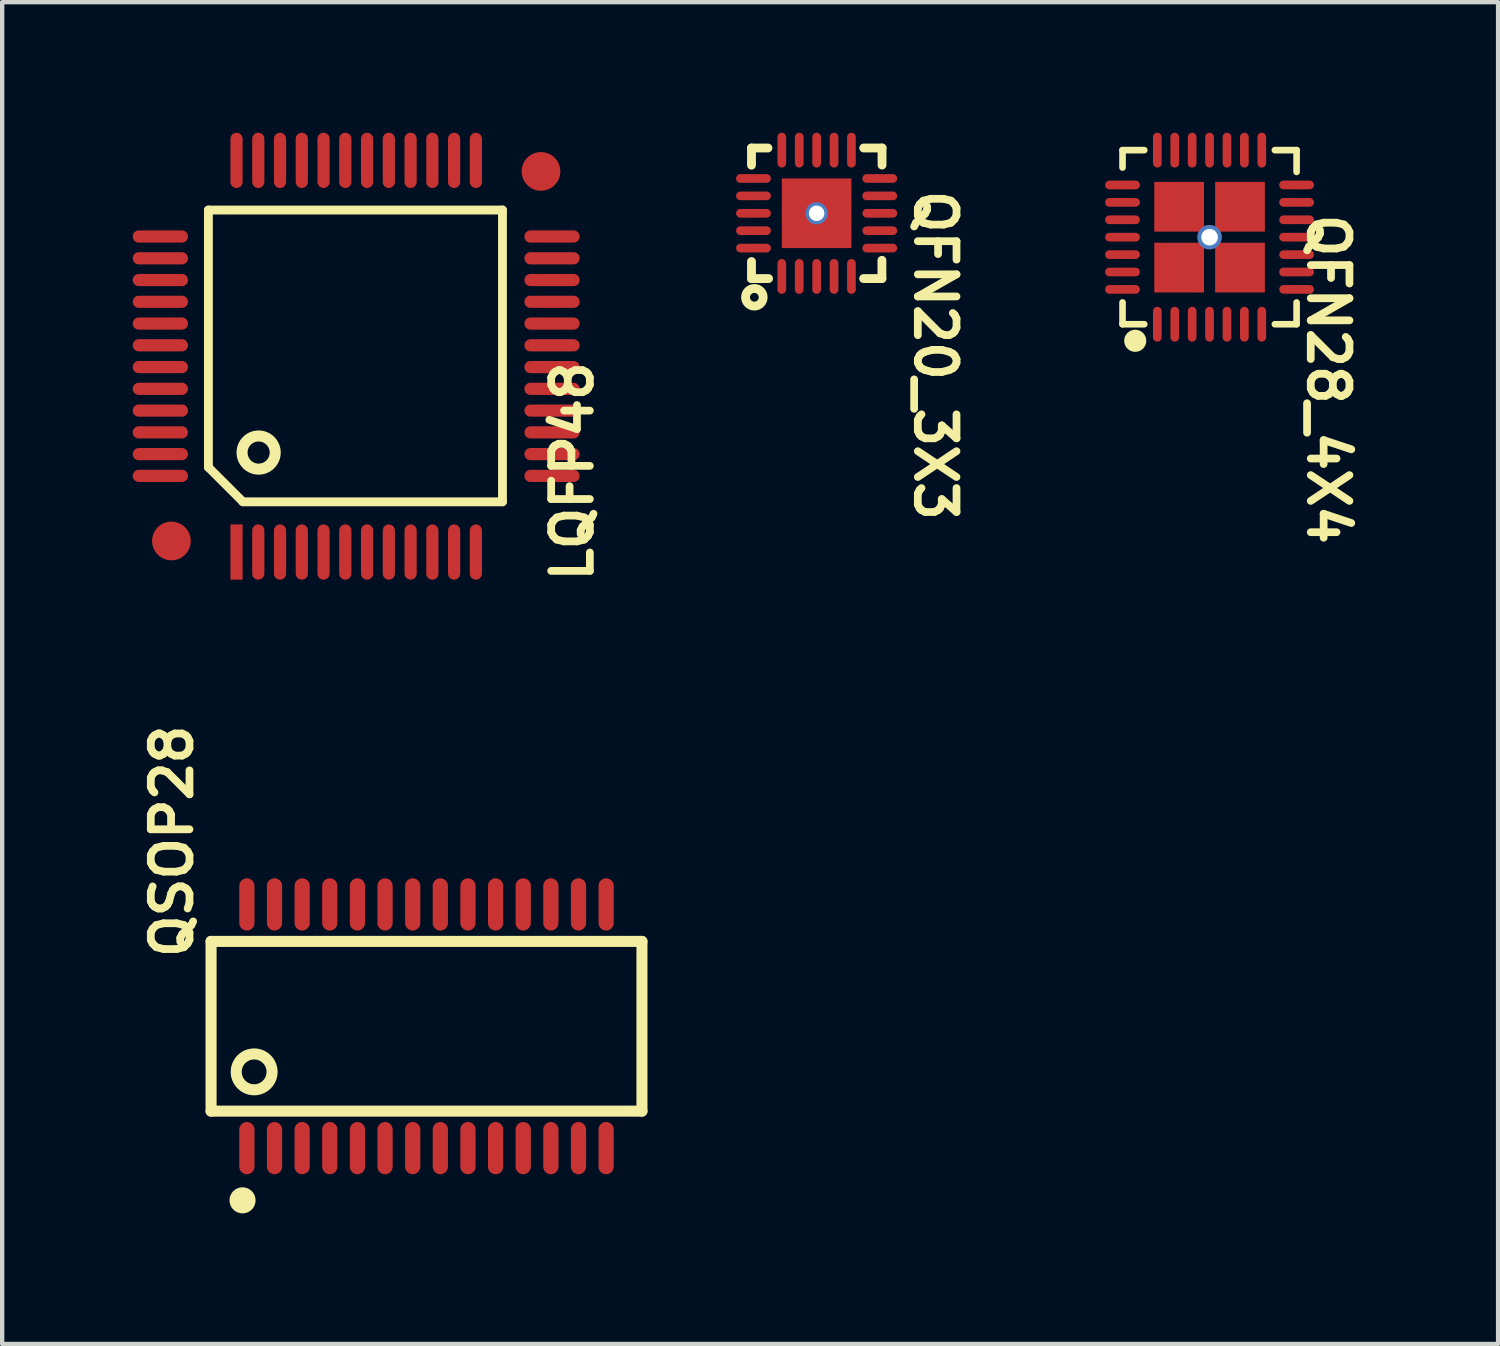
<source format=kicad_pcb>
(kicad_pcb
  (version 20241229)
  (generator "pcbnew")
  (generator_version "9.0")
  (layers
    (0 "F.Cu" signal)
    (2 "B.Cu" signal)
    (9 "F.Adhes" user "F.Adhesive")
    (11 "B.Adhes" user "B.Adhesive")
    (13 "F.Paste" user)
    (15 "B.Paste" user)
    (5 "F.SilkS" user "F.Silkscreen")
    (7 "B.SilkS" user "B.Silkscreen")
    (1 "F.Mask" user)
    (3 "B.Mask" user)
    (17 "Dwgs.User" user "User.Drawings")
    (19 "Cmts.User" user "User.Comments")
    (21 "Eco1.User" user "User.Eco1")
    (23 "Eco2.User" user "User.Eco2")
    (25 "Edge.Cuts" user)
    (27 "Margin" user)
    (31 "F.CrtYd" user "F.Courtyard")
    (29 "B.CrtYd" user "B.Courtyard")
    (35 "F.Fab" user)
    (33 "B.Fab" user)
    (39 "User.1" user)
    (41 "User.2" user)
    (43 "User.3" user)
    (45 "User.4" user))
  (footprint "QFN28_4X4"
    (layer "F.Cu")
    (at 24.744 2.4)
    (property "Reference" "QFN28_4X4" (at 2.207 -0.619 270) (unlocked yes) (layer "F.SilkS") (effects (font (size 0.889 0.889) (thickness 0.178)) (justify left bottom)))
    (fp_line (start -2 -2) (end -2 -1.6) (stroke (width 0.152) (type solid)) (layer "F.SilkS"))
    (fp_line (start -2 -2) (end -1.5 -2) (stroke (width 0.152) (type solid)) (layer "F.SilkS"))
    (fp_line (start -2 1.5) (end -2 2) (stroke (width 0.152) (type solid)) (layer "F.SilkS"))
    (fp_line (start -2 2) (end -1.5 2) (stroke (width 0.152) (type solid)) (layer "F.SilkS"))
    (fp_line (start 1.5 -2) (end 2 -2) (stroke (width 0.152) (type solid)) (layer "F.SilkS"))
    (fp_line (start 1.5 2) (end 2 2) (stroke (width 0.152) (type solid)) (layer "F.SilkS"))
    (fp_line (start 2 -2) (end 2 -1.5) (stroke (width 0.152) (type solid)) (layer "F.SilkS"))
    (fp_line (start 2 1.5) (end 2 2) (stroke (width 0.152) (type solid)) (layer "F.SilkS"))
    (fp_circle (center -1.708 2.381) (end -1.581 2.381) (stroke (width 0.254) (type solid)) (fill no) (layer "F.SilkS"))
    (pad "0" smd rect (at -0.699 -0.699 270) (size 1.143 1.143) (layers "F.Cu" "F.Mask" "F.Paste"))
    (pad "0" smd rect (at -0.699 0.699 270) (size 1.143 1.143) (layers "F.Cu" "F.Mask" "F.Paste"))
    (pad "0" thru_hole circle (at 0 0 270) (size 0.559 0.559) (drill 0.381) (layers "*.Cu" "*.Mask"))
    (pad "0" smd rect (at 0.699 -0.699 270) (size 1.143 1.143) (layers "F.Cu" "F.Mask" "F.Paste"))
    (pad "0" smd rect (at 0.699 0.699 270) (size 1.143 1.143) (layers "F.Cu" "F.Mask" "F.Paste"))
    (pad "1" smd oval (at -1.2 2 180) (size 0.2 0.8) (layers "F.Cu" "F.Mask" "F.Paste"))
    (pad "2" smd oval (at -0.8 2 180) (size 0.2 0.8) (layers "F.Cu" "F.Mask" "F.Paste"))
    (pad "3" smd oval (at -0.4 2 180) (size 0.2 0.8) (layers "F.Cu" "F.Mask" "F.Paste"))
    (pad "4" smd oval (at 0 2 180) (size 0.2 0.8) (layers "F.Cu" "F.Mask" "F.Paste"))
    (pad "5" smd oval (at 0.4 2 180) (size 0.2 0.8) (layers "F.Cu" "F.Mask" "F.Paste"))
    (pad "6" smd oval (at 0.8 2 180) (size 0.2 0.8) (layers "F.Cu" "F.Mask" "F.Paste"))
    (pad "7" smd oval (at 1.2 2 180) (size 0.2 0.8) (layers "F.Cu" "F.Mask" "F.Paste"))
    (pad "8" smd oval (at 2 1.2 270) (size 0.2 0.8) (layers "F.Cu" "F.Mask" "F.Paste"))
    (pad "9" smd oval (at 2 0.8 270) (size 0.2 0.8) (layers "F.Cu" "F.Mask" "F.Paste"))
    (pad "10" smd oval (at 2 0.4 270) (size 0.2 0.8) (layers "F.Cu" "F.Mask" "F.Paste"))
    (pad "11" smd oval (at 2 -0.00001 270) (size 0.2 0.8) (layers "F.Cu" "F.Mask" "F.Paste"))
    (pad "12" smd oval (at 2 -0.4 270) (size 0.2 0.8) (layers "F.Cu" "F.Mask" "F.Paste"))
    (pad "13" smd oval (at 2 -0.8 270) (size 0.2 0.8) (layers "F.Cu" "F.Mask" "F.Paste"))
    (pad "14" smd oval (at 2 -1.2 270) (size 0.2 0.8) (layers "F.Cu" "F.Mask" "F.Paste"))
    (pad "15" smd oval (at 1.2 -2 180) (size 0.2 0.8) (layers "F.Cu" "F.Mask" "F.Paste"))
    (pad "16" smd oval (at 0.8 -2 180) (size 0.2 0.8) (layers "F.Cu" "F.Mask" "F.Paste"))
    (pad "17" smd oval (at 0.4 -2 180) (size 0.2 0.8) (layers "F.Cu" "F.Mask" "F.Paste"))
    (pad "18" smd oval (at 0 -2 180) (size 0.2 0.8) (layers "F.Cu" "F.Mask" "F.Paste"))
    (pad "19" smd oval (at -0.4 -2 180) (size 0.2 0.8) (layers "F.Cu" "F.Mask" "F.Paste"))
    (pad "20" smd oval (at -0.8 -2 180) (size 0.2 0.8) (layers "F.Cu" "F.Mask" "F.Paste"))
    (pad "21" smd oval (at -1.2 -2 180) (size 0.2 0.8) (layers "F.Cu" "F.Mask" "F.Paste"))
    (pad "22" smd oval (at -2 -1.2 270) (size 0.2 0.8) (layers "F.Cu" "F.Mask" "F.Paste"))
    (pad "23" smd oval (at -2 -0.8 270) (size 0.2 0.8) (layers "F.Cu" "F.Mask" "F.Paste"))
    (pad "24" smd oval (at -2 -0.4 270) (size 0.2 0.8) (layers "F.Cu" "F.Mask" "F.Paste"))
    (pad "25" smd oval (at -2 -0.00001 270) (size 0.2 0.8) (layers "F.Cu" "F.Mask" "F.Paste"))
    (pad "26" smd oval (at -2 0.4 270) (size 0.2 0.8) (layers "F.Cu" "F.Mask" "F.Paste"))
    (pad "27" smd oval (at -2 0.8 270) (size 0.2 0.8) (layers "F.Cu" "F.Mask" "F.Paste"))
    (pad "28" smd oval (at -2 1.2 270) (size 0.2 0.8) (layers "F.Cu" "F.Mask" "F.Paste")))
  (footprint "QFN20_3X3"
    (layer "F.Cu")
    (at 15.715 1.851)
    (property "Reference" "QFN20_3X3" (at 2.207 -0.619 270) (unlocked yes) (layer "F.SilkS") (effects (font (size 0.889 0.889) (thickness 0.178)) (justify left bottom)))
    (fp_line (start -1.497 -1.5) (end -1.497 -1.105) (stroke (width 0.203) (type solid)) (layer "F.SilkS"))
    (fp_line (start -1.497 -1.5) (end -1.118 -1.5) (stroke (width 0.203) (type solid)) (layer "F.SilkS"))
    (fp_line (start -1.497 1.108) (end -1.497 1.5) (stroke (width 0.203) (type solid)) (layer "F.SilkS"))
    (fp_line (start -1.497 1.5) (end -1.105 1.5) (stroke (width 0.203) (type solid)) (layer "F.SilkS"))
    (fp_line (start 1.079 1.5) (end 1.5 1.5) (stroke (width 0.203) (type solid)) (layer "F.SilkS"))
    (fp_line (start 1.082 -1.5) (end 1.503 -1.5) (stroke (width 0.203) (type solid)) (layer "F.SilkS"))
    (fp_line (start 1.5 1.08) (end 1.5 1.5) (stroke (width 0.203) (type solid)) (layer "F.SilkS"))
    (fp_line (start 1.503 -1.5) (end 1.503 -1.108) (stroke (width 0.203) (type solid)) (layer "F.SilkS"))
    (fp_circle (center -1.431 1.93) (end -1.33 1.93) (stroke (width 0.203) (type solid)) (fill no) (layer "F.SilkS"))
    (pad "0" thru_hole circle (at 0 0) (size 0.508 0.508) (drill 0.356) (layers "*.Cu" "*.Mask"))
    (pad "0" smd rect (at 0 0 270) (size 1.6 1.6) (layers "F.Cu" "F.Mask" "F.Paste"))
    (pad "1" smd oval (at -0.8 1.451) (size 0.2 0.8) (layers "F.Cu" "F.Mask" "F.Paste"))
    (pad "2" smd oval (at -0.4 1.451) (size 0.2 0.8) (layers "F.Cu" "F.Mask" "F.Paste"))
    (pad "3" smd oval (at 0 1.451) (size 0.2 0.8) (layers "F.Cu" "F.Mask" "F.Paste"))
    (pad "4" smd oval (at 0.4 1.451) (size 0.2 0.8) (layers "F.Cu" "F.Mask" "F.Paste"))
    (pad "5" smd oval (at 0.8 1.451) (size 0.2 0.8) (layers "F.Cu" "F.Mask" "F.Paste"))
    (pad "6" smd oval (at 1.451 0.8 90) (size 0.2 0.8) (layers "F.Cu" "F.Mask" "F.Paste"))
    (pad "7" smd oval (at 1.451 0.4 90) (size 0.2 0.8) (layers "F.Cu" "F.Mask" "F.Paste"))
    (pad "8" smd oval (at 1.451 0 90) (size 0.2 0.8) (layers "F.Cu" "F.Mask" "F.Paste"))
    (pad "9" smd oval (at 1.451 -0.4 90) (size 0.2 0.8) (layers "F.Cu" "F.Mask" "F.Paste"))
    (pad "10" smd oval (at 1.451 -0.8 90) (size 0.2 0.8) (layers "F.Cu" "F.Mask" "F.Paste"))
    (pad "11" smd oval (at 0.8 -1.451 180) (size 0.2 0.8) (layers "F.Cu" "F.Mask" "F.Paste"))
    (pad "12" smd oval (at 0.4 -1.451 180) (size 0.2 0.8) (layers "F.Cu" "F.Mask" "F.Paste"))
    (pad "13" smd oval (at 0.0002 -1.451 180) (size 0.2 0.8) (layers "F.Cu" "F.Mask" "F.Paste"))
    (pad "14" smd oval (at -0.4 -1.451 180) (size 0.2 0.8) (layers "F.Cu" "F.Mask" "F.Paste"))
    (pad "15" smd oval (at -0.8 -1.451 180) (size 0.2 0.8) (layers "F.Cu" "F.Mask" "F.Paste"))
    (pad "16" smd oval (at -1.451 -0.8 270) (size 0.2 0.8) (layers "F.Cu" "F.Mask" "F.Paste"))
    (pad "17" smd oval (at -1.451 -0.4 270) (size 0.2 0.8) (layers "F.Cu" "F.Mask" "F.Paste"))
    (pad "18" smd oval (at -1.451 0 270) (size 0.2 0.8) (layers "F.Cu" "F.Mask" "F.Paste"))
    (pad "19" smd oval (at -1.451 0.4 270) (size 0.2 0.8) (layers "F.Cu" "F.Mask" "F.Paste"))
    (pad "20" smd oval (at -1.451 0.8 270) (size 0.2 0.8) (layers "F.Cu" "F.Mask" "F.Paste")))
  (footprint "LQFP48"
    (layer "F.Cu")
    (at 2.385 9.635)
    (property "Reference" "LQFP48" (at 8.237 0.762 90) (unlocked yes) (layer "F.SilkS") (effects (font (size 0.889 0.889) (thickness 0.178)) (justify left bottom)))
    (fp_line (start -0.646 -1.947) (end -0.646 -7.859) (stroke (width 0.203) (type solid)) (layer "F.SilkS"))
    (fp_line (start 0.148 -1.154) (end -0.646 -1.947) (stroke (width 0.2) (type solid)) (layer "F.SilkS"))
    (fp_line (start 6.111 -7.859) (end -0.646 -7.859) (stroke (width 0.203) (type solid)) (layer "F.SilkS"))
    (fp_line (start 6.111 -1.154) (end 0.148 -1.154) (stroke (width 0.203) (type solid)) (layer "F.SilkS"))
    (fp_line (start 6.111 -1.154) (end 6.111 -7.859) (stroke (width 0.203) (type solid)) (layer "F.SilkS"))
    (fp_circle (center 0.508 -2.286) (end 0.127 -2.286) (stroke (width 0.254) (type solid)) (fill no) (layer "F.SilkS"))
    (pad "0" smd circle (at -1.496 -0.254) (size 0.889 0.889) (layers "F.Cu" "F.Mask" "F.Paste"))
    (pad "0" smd circle (at 6.996 -8.746) (size 0.889 0.889) (layers "F.Cu" "F.Mask" "F.Paste"))
    (pad "1" smd rect (at 0 0) (size 0.28 1.27) (layers "F.Cu" "F.Mask" "F.Paste"))
    (pad "2" smd oval (at 0.5 0) (size 0.28 1.27) (layers "F.Cu" "F.Mask" "F.Paste"))
    (pad "3" smd oval (at 1 0) (size 0.28 1.27) (layers "F.Cu" "F.Mask" "F.Paste"))
    (pad "4" smd oval (at 1.5 0) (size 0.28 1.27) (layers "F.Cu" "F.Mask" "F.Paste"))
    (pad "5" smd oval (at 2 0) (size 0.28 1.27) (layers "F.Cu" "F.Mask" "F.Paste"))
    (pad "6" smd oval (at 2.5 0) (size 0.28 1.27) (layers "F.Cu" "F.Mask" "F.Paste"))
    (pad "7" smd oval (at 3 0) (size 0.28 1.27) (layers "F.Cu" "F.Mask" "F.Paste"))
    (pad "8" smd oval (at 3.5 0) (size 0.28 1.27) (layers "F.Cu" "F.Mask" "F.Paste"))
    (pad "9" smd oval (at 4 0) (size 0.28 1.27) (layers "F.Cu" "F.Mask" "F.Paste"))
    (pad "10" smd oval (at 4.5 0) (size 0.28 1.27) (layers "F.Cu" "F.Mask" "F.Paste"))
    (pad "11" smd oval (at 5 0) (size 0.28 1.27) (layers "F.Cu" "F.Mask" "F.Paste"))
    (pad "12" smd oval (at 5.5 0) (size 0.28 1.27) (layers "F.Cu" "F.Mask" "F.Paste"))
    (pad "13" smd oval (at 7.25 -1.75 90) (size 0.28 1.27) (layers "F.Cu" "F.Mask" "F.Paste"))
    (pad "14" smd oval (at 7.25 -2.25 90) (size 0.28 1.27) (layers "F.Cu" "F.Mask" "F.Paste"))
    (pad "15" smd oval (at 7.25 -2.75 90) (size 0.28 1.27) (layers "F.Cu" "F.Mask" "F.Paste"))
    (pad "16" smd oval (at 7.25 -3.25 90) (size 0.28 1.27) (layers "F.Cu" "F.Mask" "F.Paste"))
    (pad "17" smd oval (at 7.25 -3.75 90) (size 0.28 1.27) (layers "F.Cu" "F.Mask" "F.Paste"))
    (pad "18" smd oval (at 7.25 -4.25 90) (size 0.28 1.27) (layers "F.Cu" "F.Mask" "F.Paste"))
    (pad "19" smd oval (at 7.25 -4.75 90) (size 0.28 1.27) (layers "F.Cu" "F.Mask" "F.Paste"))
    (pad "20" smd oval (at 7.25 -5.25 90) (size 0.28 1.27) (layers "F.Cu" "F.Mask" "F.Paste"))
    (pad "21" smd oval (at 7.25 -5.75 90) (size 0.28 1.27) (layers "F.Cu" "F.Mask" "F.Paste"))
    (pad "22" smd oval (at 7.25 -6.25 90) (size 0.28 1.27) (layers "F.Cu" "F.Mask" "F.Paste"))
    (pad "23" smd oval (at 7.25 -6.75 90) (size 0.28 1.27) (layers "F.Cu" "F.Mask" "F.Paste"))
    (pad "24" smd oval (at 7.25 -7.25 90) (size 0.28 1.27) (layers "F.Cu" "F.Mask" "F.Paste"))
    (pad "25" smd oval (at 5.5 -9) (size 0.28 1.27) (layers "F.Cu" "F.Mask" "F.Paste"))
    (pad "26" smd oval (at 5 -9) (size 0.28 1.27) (layers "F.Cu" "F.Mask" "F.Paste"))
    (pad "27" smd oval (at 4.5 -9) (size 0.28 1.27) (layers "F.Cu" "F.Mask" "F.Paste"))
    (pad "28" smd oval (at 4 -9) (size 0.28 1.27) (layers "F.Cu" "F.Mask" "F.Paste"))
    (pad "29" smd oval (at 3.5 -9) (size 0.28 1.27) (layers "F.Cu" "F.Mask" "F.Paste"))
    (pad "30" smd oval (at 3 -9) (size 0.28 1.27) (layers "F.Cu" "F.Mask" "F.Paste"))
    (pad "31" smd oval (at 2.5 -9) (size 0.28 1.27) (layers "F.Cu" "F.Mask" "F.Paste"))
    (pad "32" smd oval (at 2 -9) (size 0.28 1.27) (layers "F.Cu" "F.Mask" "F.Paste"))
    (pad "33" smd oval (at 1.5 -9) (size 0.28 1.27) (layers "F.Cu" "F.Mask" "F.Paste"))
    (pad "34" smd oval (at 1 -9) (size 0.28 1.27) (layers "F.Cu" "F.Mask" "F.Paste"))
    (pad "35" smd oval (at 0.5 -9) (size 0.28 1.27) (layers "F.Cu" "F.Mask" "F.Paste"))
    (pad "36" smd oval (at 0 -9) (size 0.28 1.27) (layers "F.Cu" "F.Mask" "F.Paste"))
    (pad "37" smd oval (at -1.75 -7.25 90) (size 0.28 1.27) (layers "F.Cu" "F.Mask" "F.Paste"))
    (pad "38" smd oval (at -1.75 -6.75 90) (size 0.28 1.27) (layers "F.Cu" "F.Mask" "F.Paste"))
    (pad "39" smd oval (at -1.75 -6.25 90) (size 0.28 1.27) (layers "F.Cu" "F.Mask" "F.Paste"))
    (pad "40" smd oval (at -1.75 -5.75 90) (size 0.28 1.27) (layers "F.Cu" "F.Mask" "F.Paste"))
    (pad "41" smd oval (at -1.75 -5.25 90) (size 0.28 1.27) (layers "F.Cu" "F.Mask" "F.Paste"))
    (pad "42" smd oval (at -1.75 -4.75 90) (size 0.28 1.27) (layers "F.Cu" "F.Mask" "F.Paste"))
    (pad "43" smd oval (at -1.75 -4.25 90) (size 0.28 1.27) (layers "F.Cu" "F.Mask" "F.Paste"))
    (pad "44" smd oval (at -1.75 -3.75 90) (size 0.28 1.27) (layers "F.Cu" "F.Mask" "F.Paste"))
    (pad "45" smd oval (at -1.75 -3.25 90) (size 0.28 1.27) (layers "F.Cu" "F.Mask" "F.Paste"))
    (pad "46" smd oval (at -1.75 -2.75 90) (size 0.28 1.27) (layers "F.Cu" "F.Mask" "F.Paste"))
    (pad "47" smd oval (at -1.75 -2.25 90) (size 0.28 1.27) (layers "F.Cu" "F.Mask" "F.Paste"))
    (pad "48" smd oval (at -1.75 -1.75 90) (size 0.28 1.27) (layers "F.Cu" "F.Mask" "F.Paste")))
  (footprint "QSOP28"
    (layer "F.Cu")
    (at 2.623 23.332)
    (property "Reference" "QSOP28" (at -1.201 -4.288 90) (unlocked yes) (layer "F.SilkS") (effects (font (size 0.889 0.889) (thickness 0.178)) (justify left bottom)))
    (fp_line (start -0.823 -0.85) (end -0.823 -4.75) (stroke (width 0.254) (type solid)) (layer "F.SilkS"))
    (fp_line (start 9.078 -4.75) (end -0.823 -4.75) (stroke (width 0.254) (type solid)) (layer "F.SilkS"))
    (fp_line (start 9.078 -0.85) (end -0.823 -0.85) (stroke (width 0.254) (type solid)) (layer "F.SilkS"))
    (fp_line (start 9.078 -0.85) (end 9.078 -4.75) (stroke (width 0.254) (type solid)) (layer "F.SilkS"))
    (fp_circle (center -0.1 1.2) (end -0.25 1.2) (stroke (width 0.3) (type solid)) (fill no) (layer "F.SilkS"))
    (fp_circle (center 0.167 -1.752) (end -0.245 -1.752) (stroke (width 0.254) (type solid)) (fill no) (layer "F.SilkS"))
    (pad "1" smd oval (at 0 0) (size 0.35 1.2) (layers "F.Cu" "F.Mask" "F.Paste"))
    (pad "2" smd oval (at 0.635 0) (size 0.35 1.2) (layers "F.Cu" "F.Mask" "F.Paste"))
    (pad "3" smd oval (at 1.27 0) (size 0.35 1.2) (layers "F.Cu" "F.Mask" "F.Paste"))
    (pad "4" smd oval (at 1.905 0) (size 0.35 1.2) (layers "F.Cu" "F.Mask" "F.Paste"))
    (pad "5" smd oval (at 2.54 0) (size 0.35 1.2) (layers "F.Cu" "F.Mask" "F.Paste"))
    (pad "6" smd oval (at 3.175 0) (size 0.35 1.2) (layers "F.Cu" "F.Mask" "F.Paste"))
    (pad "7" smd oval (at 3.81 0) (size 0.35 1.2) (layers "F.Cu" "F.Mask" "F.Paste"))
    (pad "8" smd oval (at 4.445 0) (size 0.35 1.2) (layers "F.Cu" "F.Mask" "F.Paste"))
    (pad "9" smd oval (at 5.08 0) (size 0.35 1.2) (layers "F.Cu" "F.Mask" "F.Paste"))
    (pad "10" smd oval (at 5.715 0) (size 0.35 1.2) (layers "F.Cu" "F.Mask" "F.Paste"))
    (pad "11" smd oval (at 6.35 0) (size 0.35 1.2) (layers "F.Cu" "F.Mask" "F.Paste"))
    (pad "12" smd oval (at 6.985 0) (size 0.35 1.2) (layers "F.Cu" "F.Mask" "F.Paste"))
    (pad "13" smd oval (at 7.62 0) (size 0.35 1.2) (layers "F.Cu" "F.Mask" "F.Paste"))
    (pad "14" smd oval (at 8.255 0) (size 0.35 1.2) (layers "F.Cu" "F.Mask" "F.Paste"))
    (pad "15" smd oval (at 8.255 -5.6) (size 0.35 1.2) (layers "F.Cu" "F.Mask" "F.Paste"))
    (pad "16" smd oval (at 7.62 -5.6) (size 0.35 1.2) (layers "F.Cu" "F.Mask" "F.Paste"))
    (pad "17" smd oval (at 6.985 -5.6) (size 0.35 1.2) (layers "F.Cu" "F.Mask" "F.Paste"))
    (pad "18" smd oval (at 6.35 -5.6) (size 0.35 1.2) (layers "F.Cu" "F.Mask" "F.Paste"))
    (pad "19" smd oval (at 5.715 -5.6) (size 0.35 1.2) (layers "F.Cu" "F.Mask" "F.Paste"))
    (pad "20" smd oval (at 5.08 -5.6) (size 0.35 1.2) (layers "F.Cu" "F.Mask" "F.Paste"))
    (pad "21" smd oval (at 4.445 -5.6) (size 0.35 1.2) (layers "F.Cu" "F.Mask" "F.Paste"))
    (pad "22" smd oval (at 3.81 -5.6) (size 0.35 1.2) (layers "F.Cu" "F.Mask" "F.Paste"))
    (pad "23" smd oval (at 3.175 -5.6) (size 0.35 1.2) (layers "F.Cu" "F.Mask" "F.Paste"))
    (pad "24" smd oval (at 2.54 -5.6) (size 0.35 1.2) (layers "F.Cu" "F.Mask" "F.Paste"))
    (pad "25" smd oval (at 1.905 -5.6) (size 0.35 1.2) (layers "F.Cu" "F.Mask" "F.Paste"))
    (pad "26" smd oval (at 1.27 -5.6) (size 0.35 1.2) (layers "F.Cu" "F.Mask" "F.Paste"))
    (pad "27" smd oval (at 0.635 -5.6) (size 0.35 1.2) (layers "F.Cu" "F.Mask" "F.Paste"))
    (pad "28" smd oval (at 0 -5.6) (size 0.35 1.2) (layers "F.Cu" "F.Mask" "F.Paste")))
  (gr_rect
    (start -3 -3)
    (end 31.374 27.832)
    (stroke (width 0.1) (type default))
    (fill no)
    (layer "Edge.Cuts")))
</source>
